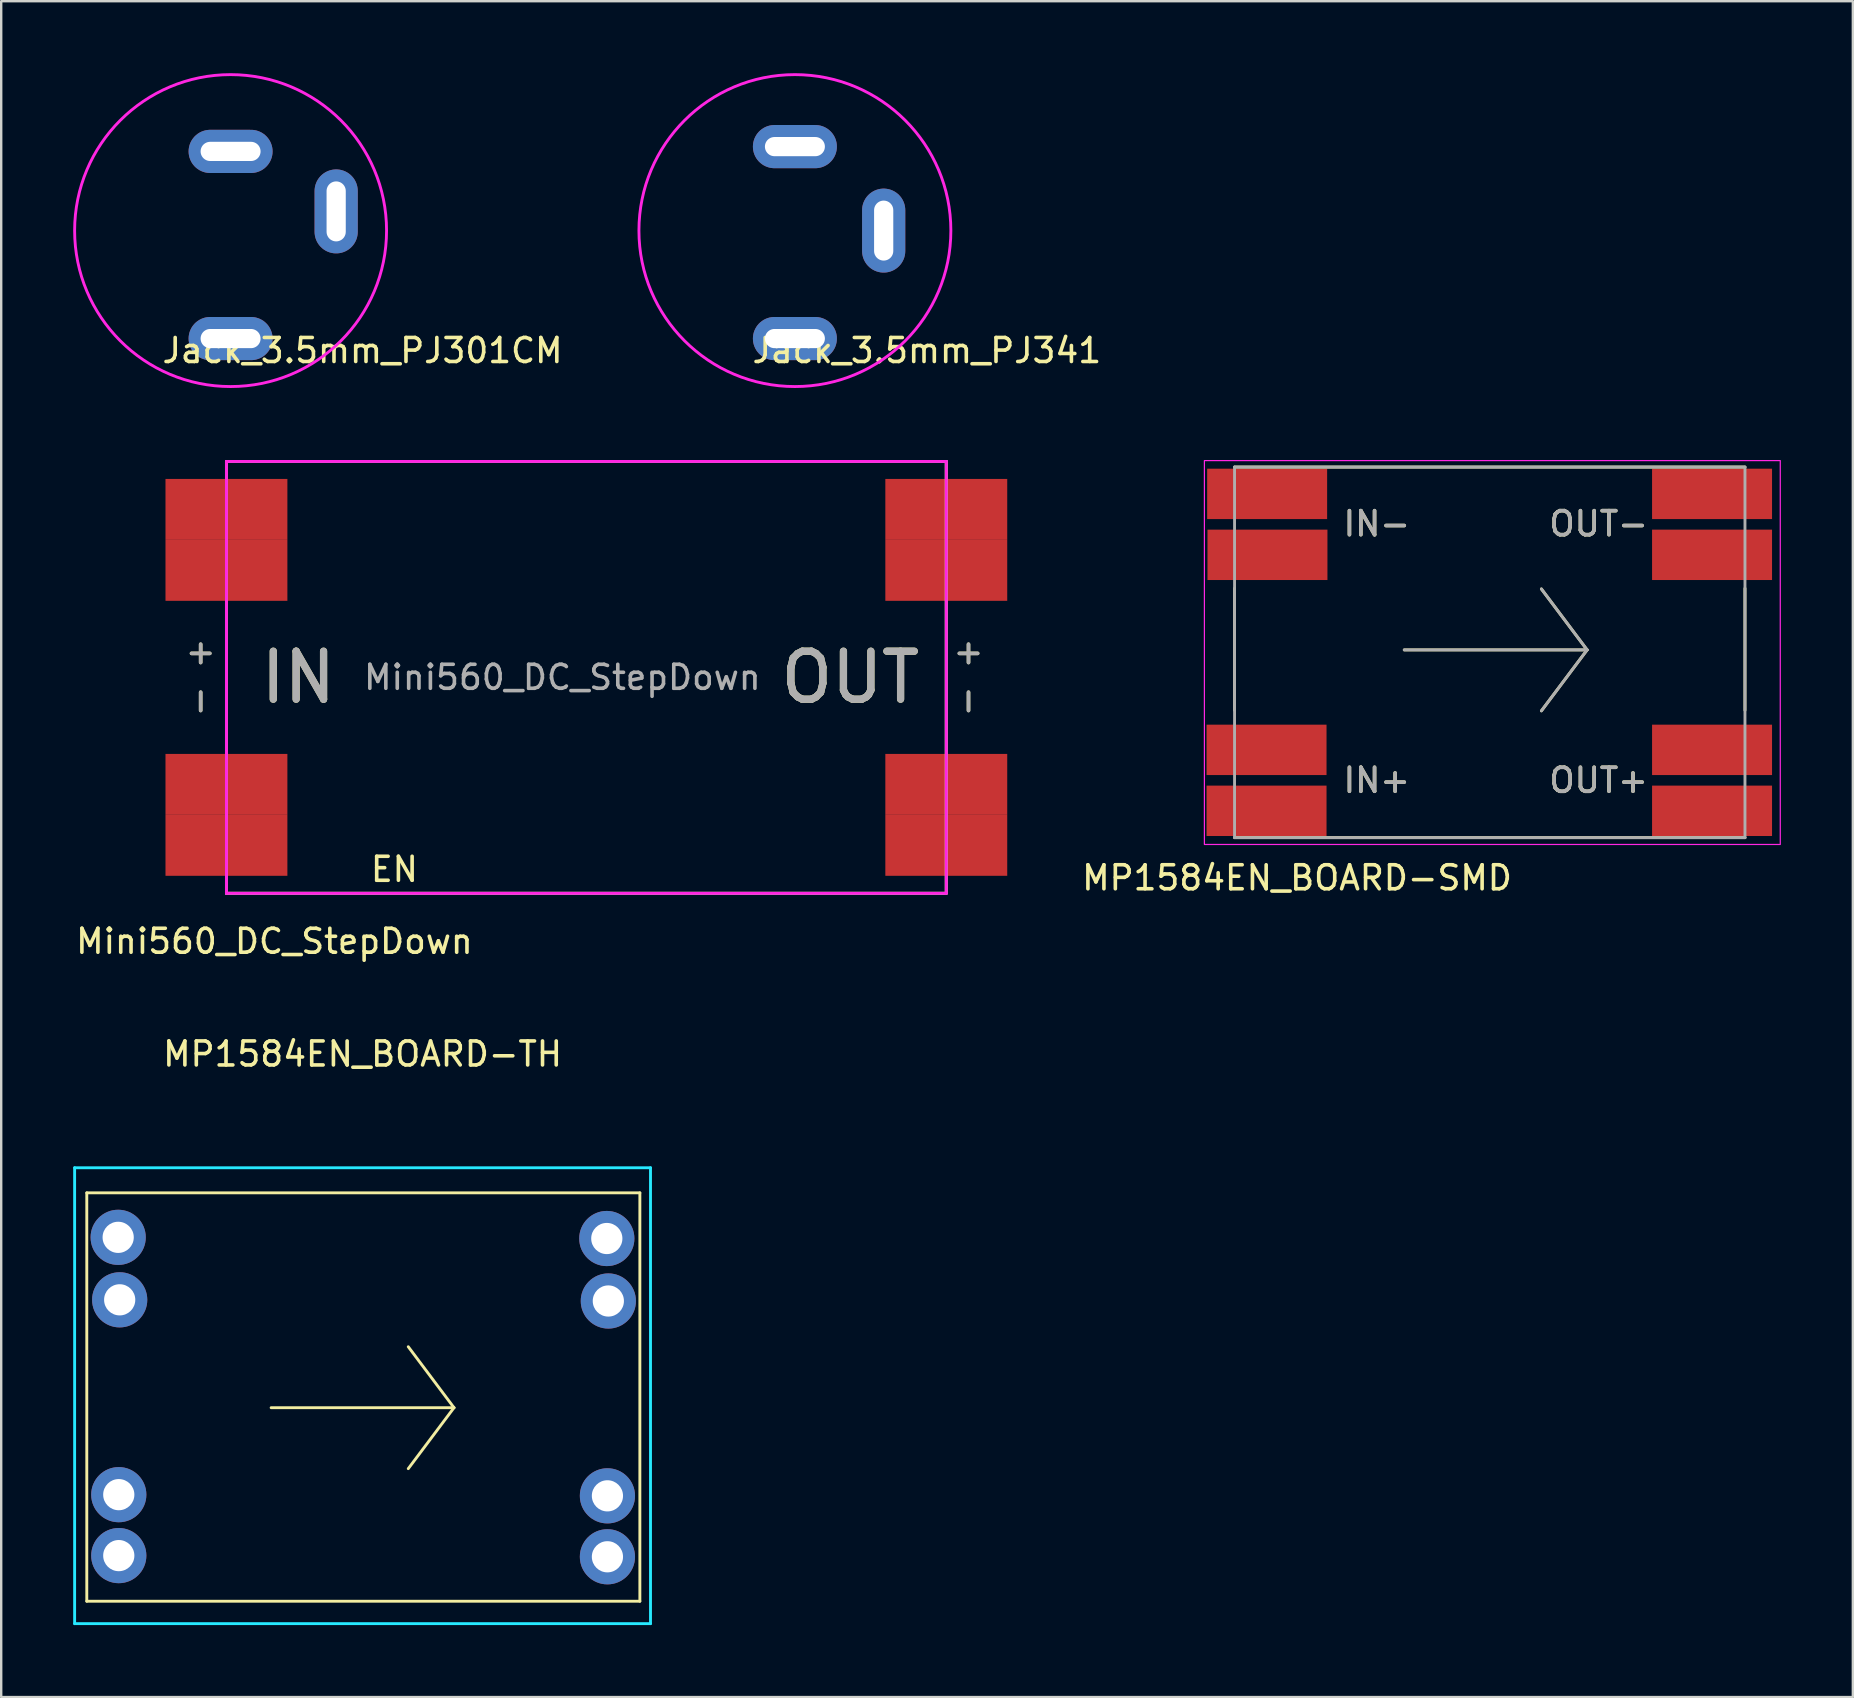
<source format=kicad_pcb>
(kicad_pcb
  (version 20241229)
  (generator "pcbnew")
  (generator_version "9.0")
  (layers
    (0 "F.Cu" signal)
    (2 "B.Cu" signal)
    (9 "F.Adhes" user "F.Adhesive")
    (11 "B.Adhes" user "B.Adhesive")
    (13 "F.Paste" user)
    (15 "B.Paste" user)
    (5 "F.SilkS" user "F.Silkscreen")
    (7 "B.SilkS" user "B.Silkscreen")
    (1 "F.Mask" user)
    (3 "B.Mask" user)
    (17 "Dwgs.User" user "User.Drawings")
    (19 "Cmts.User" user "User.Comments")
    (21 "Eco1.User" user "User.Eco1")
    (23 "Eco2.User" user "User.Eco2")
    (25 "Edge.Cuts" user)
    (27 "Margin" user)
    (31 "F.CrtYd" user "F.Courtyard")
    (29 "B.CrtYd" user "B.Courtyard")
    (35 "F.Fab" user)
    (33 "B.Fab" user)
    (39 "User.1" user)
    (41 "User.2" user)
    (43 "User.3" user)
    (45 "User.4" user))
  (footprint "MP1584EN_BOARD-SMD"
    (layer "F.Cu")
    (at 59.894 24.645)
    (property "Reference" "MP1584EN_BOARD-SMD" (at -8.89 8.89 0) (layer "F.SilkS") (effects (font (size 1 1) (thickness 0.15))))
    (attr through_hole)
    (fp_line (start -11.493 -8.23) (end 9.779 -8.23) (stroke (width 0.12) (type solid)) (layer "F.SilkS"))
    (fp_line (start -11.493 1.905) (end -11.493 -3.175) (stroke (width 0.12) (type solid)) (layer "F.SilkS"))
    (fp_line (start -4.42 -0.61) (end 3.2 -0.61) (stroke (width 0.12) (type solid)) (layer "F.SilkS"))
    (fp_line (start 3.2 -0.61) (end 1.295 -3.15) (stroke (width 0.12) (type solid)) (layer "F.SilkS"))
    (fp_line (start 3.2 -0.61) (end 1.295 1.93) (stroke (width 0.12) (type solid)) (layer "F.SilkS"))
    (fp_line (start 9.779 -3.175) (end 9.779 1.905) (stroke (width 0.12) (type solid)) (layer "F.SilkS"))
    (fp_line (start 9.779 7.214) (end -11.493 7.214) (stroke (width 0.12) (type solid)) (layer "F.SilkS"))
    (fp_rect (start -12.75 -8.5) (end 11.25 7.5) (stroke (width 0.05) (type solid)) (fill no) (layer "F.CrtYd"))
    (fp_line (start -11.493 -8.23) (end 9.779 -8.23) (stroke (width 0.12) (type solid)) (layer "F.Fab"))
    (fp_line (start -11.493 7.214) (end -11.493 -8.23) (stroke (width 0.12) (type solid)) (layer "F.Fab"))
    (fp_line (start -4.42 -0.61) (end 3.2 -0.61) (stroke (width 0.12) (type solid)) (layer "F.Fab"))
    (fp_line (start 3.2 -0.61) (end 1.295 -3.15) (stroke (width 0.12) (type solid)) (layer "F.Fab"))
    (fp_line (start 3.2 -0.61) (end 1.295 1.93) (stroke (width 0.12) (type solid)) (layer "F.Fab"))
    (fp_line (start 9.779 -8.23) (end 9.779 7.214) (stroke (width 0.12) (type solid)) (layer "F.Fab"))
    (fp_line (start 9.779 7.214) (end -11.493 7.214) (stroke (width 0.12) (type solid)) (layer "F.Fab"))
    (fp_text user "IN-" (at -5.563 -5.867 0) (layer "F.SilkS") (effects (font (size 1 1) (thickness 0.15))))
    (fp_text user "OUT-" (at 3.683 -5.867 0) (layer "F.SilkS") (effects (font (size 1 1) (thickness 0.15))))
    (fp_text user "IN+" (at -5.563 4.826 0) (layer "F.SilkS") (effects (font (size 1 1) (thickness 0.15))))
    (fp_text user "OUT+" (at 3.683 4.826 0) (layer "F.SilkS") (effects (font (size 1 1) (thickness 0.15))))
    (fp_text user "OUT-" (at 3.683 -5.867 0) (layer "F.Fab") (effects (font (size 1 1) (thickness 0.15))))
    (fp_text user "IN+" (at -5.563 4.826 0) (layer "F.Fab") (effects (font (size 1 1) (thickness 0.15))))
    (fp_text user "IN-" (at -5.563 -5.867 0) (layer "F.Fab") (effects (font (size 1 1) (thickness 0.15))))
    (fp_text user "OUT+" (at 3.683 4.826 0) (layer "F.Fab") (effects (font (size 1 1) (thickness 0.15))))
    (pad "1" smd rect (at -10.135 -7.112 90) (size 2.1 5) (layers "F.Cu" "F.Mask" "F.Paste"))
    (pad "1" smd rect (at -10.122 -4.572 90) (size 2.1 5) (layers "F.Cu" "F.Mask" "F.Paste"))
    (pad "2" smd rect (at -10.16 3.556 90) (size 2.1 5) (layers "F.Cu" "F.Mask" "F.Paste"))
    (pad "2" smd rect (at -10.16 6.096 90) (size 2.1 5) (layers "F.Cu" "F.Mask" "F.Paste"))
    (pad "3" smd rect (at 8.407 -7.112 90) (size 2.1 5) (layers "F.Cu" "F.Mask" "F.Paste"))
    (pad "3" smd rect (at 8.407 -4.572 90) (size 2.1 5) (layers "F.Cu" "F.Mask" "F.Paste"))
    (pad "4" smd rect (at 8.407 3.556 90) (size 2.1 5) (layers "F.Cu" "F.Mask" "F.Paste"))
    (pad "4" smd rect (at 8.407 6.096 90) (size 2.1 5) (layers "F.Cu" "F.Mask" "F.Paste")))
  (footprint "Jack_3.5mm_PJ301CM"
    (layer "F.Cu")
    (at 6.56 6.56)
    (property "Reference" "Jack_3.5mm_PJ301CM" (at 5.5 5 0) (layer "F.SilkS") (effects (font (size 1 1) (thickness 0.15))))
    (attr through_hole)
    (fp_circle (center 0 0) (end 6.5 0) (stroke (width 0.12) (type solid)) (fill no) (layer "F.CrtYd"))
    (pad "R" thru_hole oval (at 0 -3.3) (size 3.5 1.8) (drill oval 2.5 0.8) (layers "*.Cu" "*.Mask"))
    (pad "S" thru_hole oval (at 4.4 -0.8 90) (size 3.5 1.8) (drill oval 2.5 0.8) (layers "*.Cu" "*.Mask"))
    (pad "T" thru_hole oval (at 0 4.5) (size 3.5 1.8) (drill oval 2.5 0.8) (layers "*.Cu" "*.Mask")))
  (footprint "Mini560_DC_StepDown"
    (layer "F.Cu")
    (at 21.387 25.18)
    (property "Reference" "Mini560_DC_StepDown" (at -13 11 0) (layer "F.SilkS") (effects (font (size 1 1) (thickness 0.15))))
    (attr through_hole)
    (fp_line (start -15 -9) (end -15 9) (stroke (width 0.12) (type solid)) (layer "F.SilkS"))
    (fp_line (start -15 -9) (end 15 -9) (stroke (width 0.12) (type solid)) (layer "F.SilkS"))
    (fp_line (start 15 -9) (end 15 9) (stroke (width 0.12) (type solid)) (layer "F.SilkS"))
    (fp_line (start 15 9) (end -15 9) (stroke (width 0.12) (type solid)) (layer "F.SilkS"))
    (fp_line (start -15 -9) (end -15 9) (stroke (width 0.12) (type solid)) (layer "F.CrtYd"))
    (fp_line (start -15 -9) (end 15 -9) (stroke (width 0.12) (type solid)) (layer "F.CrtYd"))
    (fp_line (start 15 -9) (end 15 9) (stroke (width 0.12) (type solid)) (layer "F.CrtYd"))
    (fp_line (start 15 9) (end -15 9) (stroke (width 0.12) (type solid)) (layer "F.CrtYd"))
    (fp_line (start -15 -9) (end -15 9) (stroke (width 0.12) (type solid)) (layer "F.Fab"))
    (fp_line (start -15 -9) (end 15 -9) (stroke (width 0.12) (type solid)) (layer "F.Fab"))
    (fp_line (start 15 -9) (end 15 9) (stroke (width 0.12) (type solid)) (layer "F.Fab"))
    (fp_line (start 15 9) (end -15 9) (stroke (width 0.12) (type solid)) (layer "F.Fab"))
    (fp_text user "EN" (at -8 8 0) (layer "F.SilkS") (effects (font (size 1 1) (thickness 0.15))))
    (fp_text user "OUT" (at 11 0 0) (layer "F.SilkS") (effects (font (size 2 2) (thickness 0.3))))
    (fp_text user "IN" (at -12 0 0) (layer "F.SilkS") (effects (font (size 2 2) (thickness 0.3))))
    (fp_text user "+ -" (at -16 0 270) (unlocked yes) (layer "F.SilkS") (effects (font (size 1 1) (thickness 0.15))))
    (fp_text user "+ -" (at 16 0 270) (unlocked yes) (layer "F.SilkS") (effects (font (size 1 1) (thickness 0.15))))
    (fp_text user "Mini560_DC_StepDown" (at -1 0 0) (layer "F.Fab") (effects (font (size 1 1) (thickness 0.15))))
    (fp_text user "OUT" (at 11 0 0) (layer "F.Fab") (effects (font (size 2 2) (thickness 0.3))))
    (fp_text user "+ -" (at -16 0 270) (unlocked yes) (layer "F.Fab") (effects (font (size 1 1) (thickness 0.15))))
    (fp_text user "+ -" (at 16 0 270) (unlocked yes) (layer "F.Fab") (effects (font (size 1 1) (thickness 0.15))))
    (fp_text user "IN" (at -12 0 0) (layer "F.Fab") (effects (font (size 2 2) (thickness 0.3))))
    (pad "1" smd rect (at -15 4.46) (size 5.08 2.54) (layers "F.Cu" "F.Mask" "F.Paste"))
    (pad "1" smd rect (at -15 7) (size 5.08 2.54) (layers "F.Cu" "F.Mask" "F.Paste"))
    (pad "2" smd rect (at -15 -7) (size 5.08 2.54) (layers "F.Cu" "F.Mask" "F.Paste"))
    (pad "2" smd rect (at -15 -4.46) (size 5.08 2.54) (layers "F.Cu" "F.Mask" "F.Paste"))
    (pad "3" smd rect (at 15 4.46) (size 5.08 2.54) (layers "F.Cu" "F.Mask" "F.Paste"))
    (pad "3" smd rect (at 15 7) (size 5.08 2.54) (layers "F.Cu" "F.Mask" "F.Paste"))
    (pad "4" smd rect (at 15 -7) (size 5.08 2.54) (layers "F.Cu" "F.Mask" "F.Paste"))
    (pad "4" smd rect (at 15 -4.46) (size 5.08 2.54) (layers "F.Cu" "F.Mask" "F.Paste")))
  (footprint "Jack_3.5mm_PJ341"
    (layer "F.Cu")
    (at 30.078 6.56)
    (property "Reference" "Jack_3.5mm_PJ341" (at 5.5 5 0) (layer "F.SilkS") (effects (font (size 1 1) (thickness 0.15))))
    (attr through_hole)
    (fp_circle (center 0 0) (end 6.5 0) (stroke (width 0.12) (type solid)) (fill no) (layer "F.CrtYd"))
    (pad "R" thru_hole oval (at 0 -3.5) (size 3.5 1.8) (drill oval 2.5 0.8) (layers "*.Cu" "*.Mask"))
    (pad "S" thru_hole oval (at 3.7 0 90) (size 3.5 1.8) (drill oval 2.5 0.8) (layers "*.Cu" "*.Mask"))
    (pad "T" thru_hole oval (at 0 4.5) (size 3.5 1.8) (drill oval 2.5 0.8) (layers "*.Cu" "*.Mask")))
  (footprint "MP1584EN_BOARD-TH"
    (layer "F.Cu")
    (at 12.06 55.617)
    (property "Reference" "MP1584EN_BOARD-TH" (at 0 -14.74 0) (layer "F.SilkS") (effects (font (size 1 1) (thickness 0.15))))
    (attr through_hole)
    (fp_line (start -11.493 -8.954) (end 11.557 -8.954) (stroke (width 0.12) (type solid)) (layer "F.SilkS"))
    (fp_line (start -11.493 8.065) (end -11.493 -8.954) (stroke (width 0.12) (type solid)) (layer "F.SilkS"))
    (fp_line (start -3.81 0) (end 3.81 0) (stroke (width 0.12) (type solid)) (layer "F.SilkS"))
    (fp_line (start 3.81 0) (end 1.905 -2.54) (stroke (width 0.12) (type solid)) (layer "F.SilkS"))
    (fp_line (start 3.81 0) (end 1.905 2.54) (stroke (width 0.12) (type solid)) (layer "F.SilkS"))
    (fp_line (start 11.557 -8.954) (end 11.557 8.065) (stroke (width 0.12) (type solid)) (layer "F.SilkS"))
    (fp_line (start 11.557 8.065) (end -11.493 8.065) (stroke (width 0.12) (type solid)) (layer "F.SilkS"))
    (fp_line (start -12 -10) (end -12 9) (stroke (width 0.12) (type solid)) (layer "B.CrtYd"))
    (fp_line (start -12 9) (end 12 9) (stroke (width 0.12) (type solid)) (layer "B.CrtYd"))
    (fp_line (start 12 -10) (end -12 -10) (stroke (width 0.12) (type solid)) (layer "B.CrtYd"))
    (fp_line (start 12 9) (end 12 -10) (stroke (width 0.12) (type solid)) (layer "B.CrtYd"))
    (pad "1" thru_hole circle (at -10.185 -7.1 90) (size 2.3 2.3) (drill 1.3) (layers "*.Cu" "*.Mask"))
    (pad "1" thru_hole circle (at -10.122 -4.496 90) (size 2.3 2.3) (drill 1.3) (layers "*.Cu" "*.Mask"))
    (pad "2" thru_hole circle (at -10.16 3.624 90) (size 2.3 2.3) (drill 1.3) (layers "*.Cu" "*.Mask"))
    (pad "2" thru_hole circle (at -10.16 6.164 90) (size 2.3 2.3) (drill 1.3) (layers "*.Cu" "*.Mask"))
    (pad "3" thru_hole circle (at 10.179 -7.051 90) (size 2.3 2.3) (drill 1.3) (layers "*.Cu" "*.Mask"))
    (pad "3" thru_hole circle (at 10.243 -4.447 90) (size 2.3 2.3) (drill 1.3) (layers "*.Cu" "*.Mask"))
    (pad "4" thru_hole circle (at 10.205 3.673 90) (size 2.3 2.3) (drill 1.3) (layers "*.Cu" "*.Mask"))
    (pad "4" thru_hole circle (at 10.205 6.213 90) (size 2.3 2.3) (drill 1.3) (layers "*.Cu" "*.Mask")))
  (gr_rect
    (start -3 -3)
    (end 74.169 67.677)
    (stroke (width 0.1) (type default))
    (fill no)
    (layer "Edge.Cuts")))
</source>
